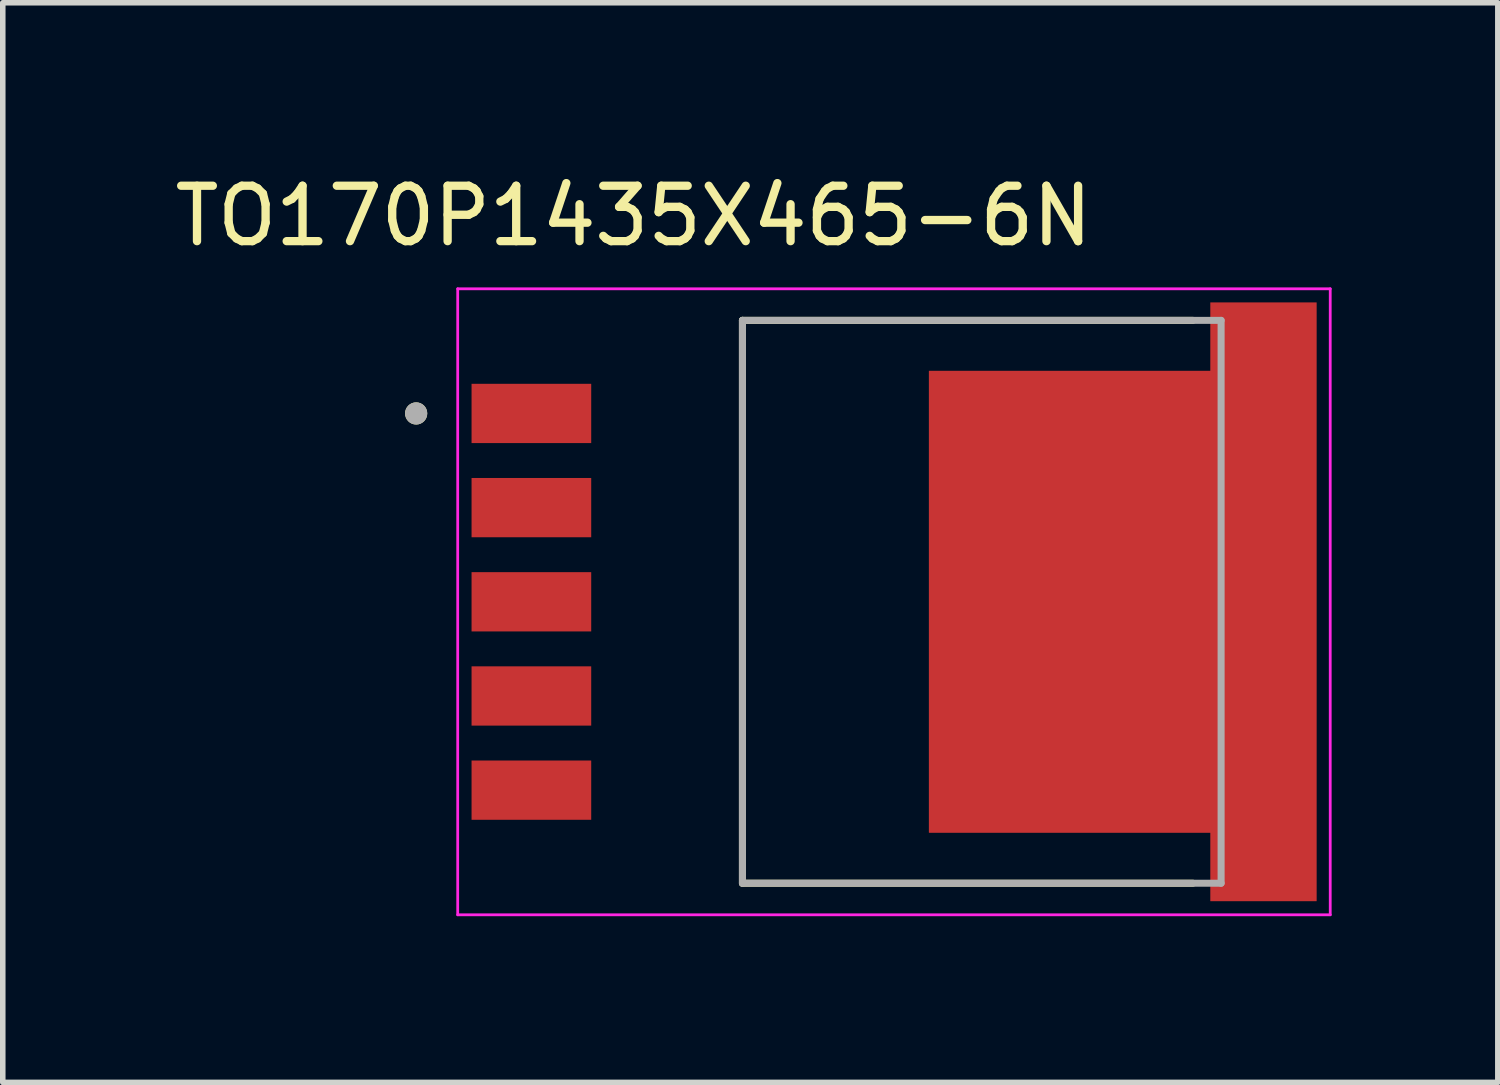
<source format=kicad_pcb>
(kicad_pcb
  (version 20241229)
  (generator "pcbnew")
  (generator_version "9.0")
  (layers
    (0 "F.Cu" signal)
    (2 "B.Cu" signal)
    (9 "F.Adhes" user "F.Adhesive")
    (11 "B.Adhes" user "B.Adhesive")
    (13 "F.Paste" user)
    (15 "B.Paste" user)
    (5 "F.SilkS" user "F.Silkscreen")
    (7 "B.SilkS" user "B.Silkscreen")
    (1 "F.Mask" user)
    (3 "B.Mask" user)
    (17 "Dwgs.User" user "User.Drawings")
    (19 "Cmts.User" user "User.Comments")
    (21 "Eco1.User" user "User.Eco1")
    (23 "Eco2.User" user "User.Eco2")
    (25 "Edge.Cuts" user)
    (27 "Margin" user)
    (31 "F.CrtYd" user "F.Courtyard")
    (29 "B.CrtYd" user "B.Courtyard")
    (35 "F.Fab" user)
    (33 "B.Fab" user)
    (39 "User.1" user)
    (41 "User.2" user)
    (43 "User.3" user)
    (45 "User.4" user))
  (footprint "TO170P1435X465-6N"
    (layer "F.Cu")
    (at 13.087 7.813)
    (property "Reference" "TO170P1435X465-6N" (at -4.7 -6.965 0) (layer "F.SilkS") (effects (font (size 1 1) (thickness 0.15))))
    (attr smd)
    (fp_poly (pts (xy 7.725 -5.5) (xy 7.725 5.5) (xy 5.615 5.5) (xy 5.615 4.265) (xy 0.535 4.265) (xy 0.535 -4.265) (xy 5.615 -4.265) (xy 5.615 -5.5)) (stroke (width 0.01) (type solid)) (fill yes) (layer "F.Mask"))
    (fp_line (start -2.735 -5.08) (end -2.735 5.08) (stroke (width 0.127) (type solid)) (layer "F.SilkS"))
    (fp_line (start -2.735 5.08) (end 5.395 5.08) (stroke (width 0.127) (type solid)) (layer "F.SilkS"))
    (fp_line (start 5.395 -5.08) (end -2.735 -5.08) (stroke (width 0.127) (type solid)) (layer "F.SilkS"))
    (fp_circle (center -8.625 -3.4) (end -8.525 -3.4) (stroke (width 0.2) (type solid)) (fill no) (layer "F.SilkS"))
    (fp_poly (pts (xy 1.205 -3.875) (xy 2.605 -3.875) (xy 2.605 -2.365) (xy 1.205 -2.365)) (stroke (width 0.01) (type solid)) (fill yes) (layer "F.Paste"))
    (fp_poly (pts (xy 1.205 -1.795) (xy 2.605 -1.795) (xy 2.605 -0.285) (xy 1.205 -0.285)) (stroke (width 0.01) (type solid)) (fill yes) (layer "F.Paste"))
    (fp_poly (pts (xy 1.205 0.285) (xy 2.605 0.285) (xy 2.605 1.795) (xy 1.205 1.795)) (stroke (width 0.01) (type solid)) (fill yes) (layer "F.Paste"))
    (fp_poly (pts (xy 1.205 2.365) (xy 2.605 2.365) (xy 2.605 3.875) (xy 1.205 3.875)) (stroke (width 0.01) (type solid)) (fill yes) (layer "F.Paste"))
    (fp_poly (pts (xy 3.745 -3.875) (xy 5.145 -3.875) (xy 5.145 -2.365) (xy 3.745 -2.365)) (stroke (width 0.01) (type solid)) (fill yes) (layer "F.Paste"))
    (fp_poly (pts (xy 3.745 -1.795) (xy 5.145 -1.795) (xy 5.145 -0.285) (xy 3.745 -0.285)) (stroke (width 0.01) (type solid)) (fill yes) (layer "F.Paste"))
    (fp_poly (pts (xy 3.745 0.285) (xy 5.145 0.285) (xy 5.145 1.795) (xy 3.745 1.795)) (stroke (width 0.01) (type solid)) (fill yes) (layer "F.Paste"))
    (fp_poly (pts (xy 3.745 2.365) (xy 5.145 2.365) (xy 5.145 3.875) (xy 3.745 3.875)) (stroke (width 0.01) (type solid)) (fill yes) (layer "F.Paste"))
    (fp_poly (pts (xy 6.245 -5.335) (xy 7.095 -5.335) (xy 7.095 -4.115) (xy 6.245 -4.115)) (stroke (width 0.01) (type solid)) (fill yes) (layer "F.Paste"))
    (fp_poly (pts (xy 6.245 -3.985) (xy 7.095 -3.985) (xy 7.095 -2.765) (xy 6.245 -2.765)) (stroke (width 0.01) (type solid)) (fill yes) (layer "F.Paste"))
    (fp_poly (pts (xy 6.245 -2.635) (xy 7.095 -2.635) (xy 7.095 -1.415) (xy 6.245 -1.415)) (stroke (width 0.01) (type solid)) (fill yes) (layer "F.Paste"))
    (fp_poly (pts (xy 6.245 -1.285) (xy 7.095 -1.285) (xy 7.095 -0.065) (xy 6.245 -0.065)) (stroke (width 0.01) (type solid)) (fill yes) (layer "F.Paste"))
    (fp_poly (pts (xy 6.245 0.065) (xy 7.095 0.065) (xy 7.095 1.285) (xy 6.245 1.285)) (stroke (width 0.01) (type solid)) (fill yes) (layer "F.Paste"))
    (fp_poly (pts (xy 6.245 1.415) (xy 7.095 1.415) (xy 7.095 2.635) (xy 6.245 2.635)) (stroke (width 0.01) (type solid)) (fill yes) (layer "F.Paste"))
    (fp_poly (pts (xy 6.245 2.765) (xy 7.095 2.765) (xy 7.095 3.985) (xy 6.245 3.985)) (stroke (width 0.01) (type solid)) (fill yes) (layer "F.Paste"))
    (fp_poly (pts (xy 6.245 4.115) (xy 7.095 4.115) (xy 7.095 5.335) (xy 6.245 5.335)) (stroke (width 0.01) (type solid)) (fill yes) (layer "F.Paste"))
    (fp_line (start -7.875 -5.65) (end -7.875 5.65) (stroke (width 0.05) (type solid)) (layer "F.CrtYd"))
    (fp_line (start -7.875 5.65) (end 7.875 5.65) (stroke (width 0.05) (type solid)) (layer "F.CrtYd"))
    (fp_line (start 7.875 -5.65) (end -7.875 -5.65) (stroke (width 0.05) (type solid)) (layer "F.CrtYd"))
    (fp_line (start 7.875 5.65) (end 7.875 -5.65) (stroke (width 0.05) (type solid)) (layer "F.CrtYd"))
    (fp_line (start -2.735 -5.08) (end -2.735 5.08) (stroke (width 0.127) (type solid)) (layer "F.Fab"))
    (fp_line (start -2.735 5.08) (end 5.905 5.08) (stroke (width 0.127) (type solid)) (layer "F.Fab"))
    (fp_line (start 5.905 -5.08) (end -2.735 -5.08) (stroke (width 0.127) (type solid)) (layer "F.Fab"))
    (fp_line (start 5.905 5.08) (end 5.905 -5.08) (stroke (width 0.127) (type solid)) (layer "F.Fab"))
    (fp_circle (center -8.625 -3.4) (end -8.525 -3.4) (stroke (width 0.2) (type solid)) (fill no) (layer "F.Fab"))
    (pad "1" smd rect (at -6.545 -3.4) (size 2.16 1.07) (layers "F.Cu" "F.Mask" "F.Paste"))
    (pad "2" smd rect (at -6.545 -1.7) (size 2.16 1.07) (layers "F.Cu" "F.Mask" "F.Paste"))
    (pad "3" smd rect (at -6.545 0) (size 2.16 1.07) (layers "F.Cu" "F.Mask" "F.Paste"))
    (pad "4" smd rect (at -6.545 1.7) (size 2.16 1.07) (layers "F.Cu" "F.Mask" "F.Paste"))
    (pad "5" smd rect (at -6.545 3.4) (size 2.16 1.07) (layers "F.Cu" "F.Mask" "F.Paste"))
    (pad "6" smd custom (at 4.255 0) (size 1 1) (layers "F.Cu") (options (anchor rect)) (primitives (gr_poly (pts (xy 3.37 -5.4) (xy 3.37 5.4) (xy 1.46 5.4) (xy 1.46 4.165) (xy -3.62 4.165) (xy -3.62 -4.165) (xy 1.46 -4.165) (xy 1.46 -5.4)) (width 0.01) (fill yes)))))
  (gr_rect
    (start -3 -3)
    (end 23.987 16.488)
    (stroke (width 0.1) (type default))
    (fill no)
    (layer "Edge.Cuts")))
</source>
